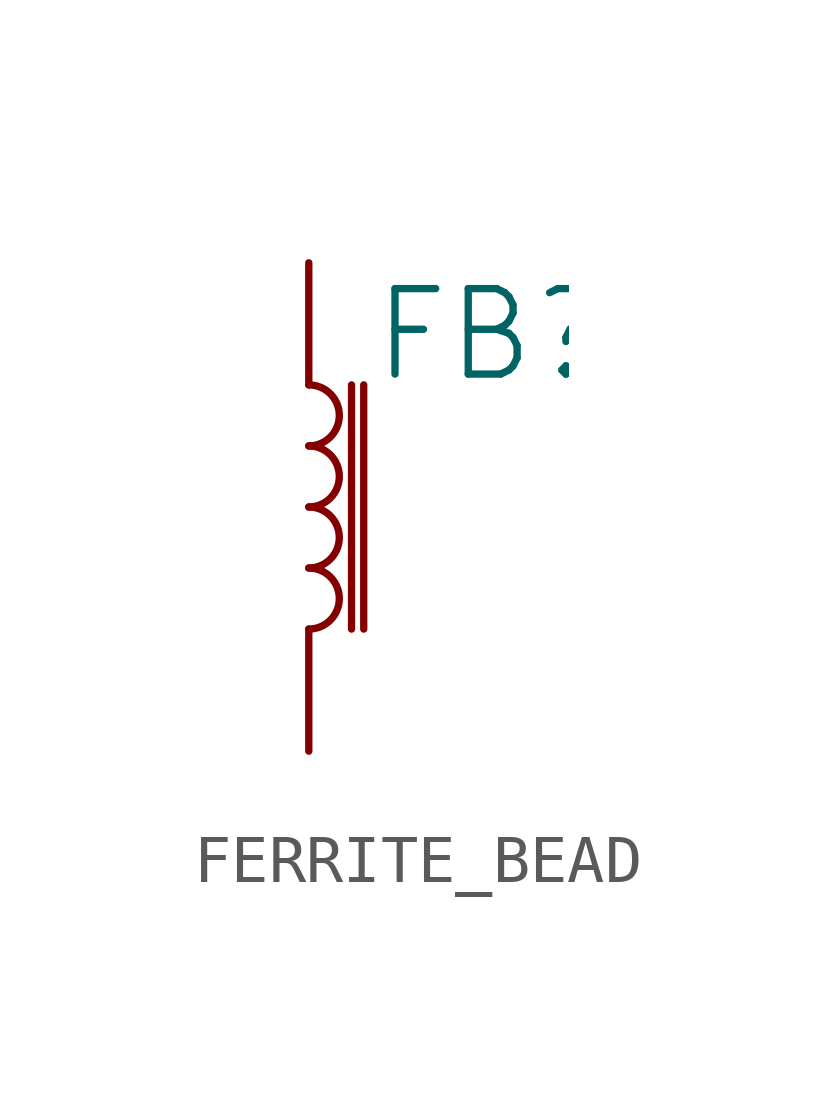
<source format=kicad_sym>
(kicad_symbol_lib
  (version 20241209)
  (generator "kicad_symbol_editor")
  (generator_version "9.0")
  (symbol "FERRITE_BEAD"
    (property "Reference" "FB"
      (at 1.27 2.54 0)
      (effects (font (size 1.778 1.778)) (justify left bottom)))
    (property "Value" ""
      (at 1.27 -2.54 0)
      (effects (font (size 1.778 1.778)) (justify left top)))
    (property "ki_locked" ""
      (at 0 0 0)
      (effects (font (size 1.27 1.27))))
    (symbol "FERRITE_BEAD_1_0"
      (arc (start 0 2.54) (mid 0.635 1.905) (end 0 1.27) (stroke (width 0.1524) (type solid)) (fill (type none)))
      (arc (start 0 1.27) (mid 0.635 0.635) (end 0 0) (stroke (width 0.1524) (type solid)) (fill (type none)))
      (arc (start 0 0) (mid 0.635 -0.635) (end 0 -1.27) (stroke (width 0.1524) (type solid)) (fill (type none)))
      (arc (start 0 -1.27) (mid 0.635 -1.905) (end 0 -2.54) (stroke (width 0.1524) (type solid)) (fill (type none)))
      (polyline (pts (xy 0.889 2.54) (xy 0.889 -2.54)) (stroke (width 0.152) (type solid)) (fill (type none)))
      (polyline (pts (xy 1.143 2.54) (xy 1.143 -2.54)) (stroke (width 0.152) (type solid)) (fill (type none)))
      (pin passive line (at 0 5.08 270) (length 2.54) (name "1" (effects (font (size 0 0)))) (number "1" (effects (font (size 0 0)))))
      (pin passive line (at 0 -5.08 90) (length 2.54) (name "2" (effects (font (size 0 0)))) (number "2" (effects (font (size 0 0))))))))
</source>
